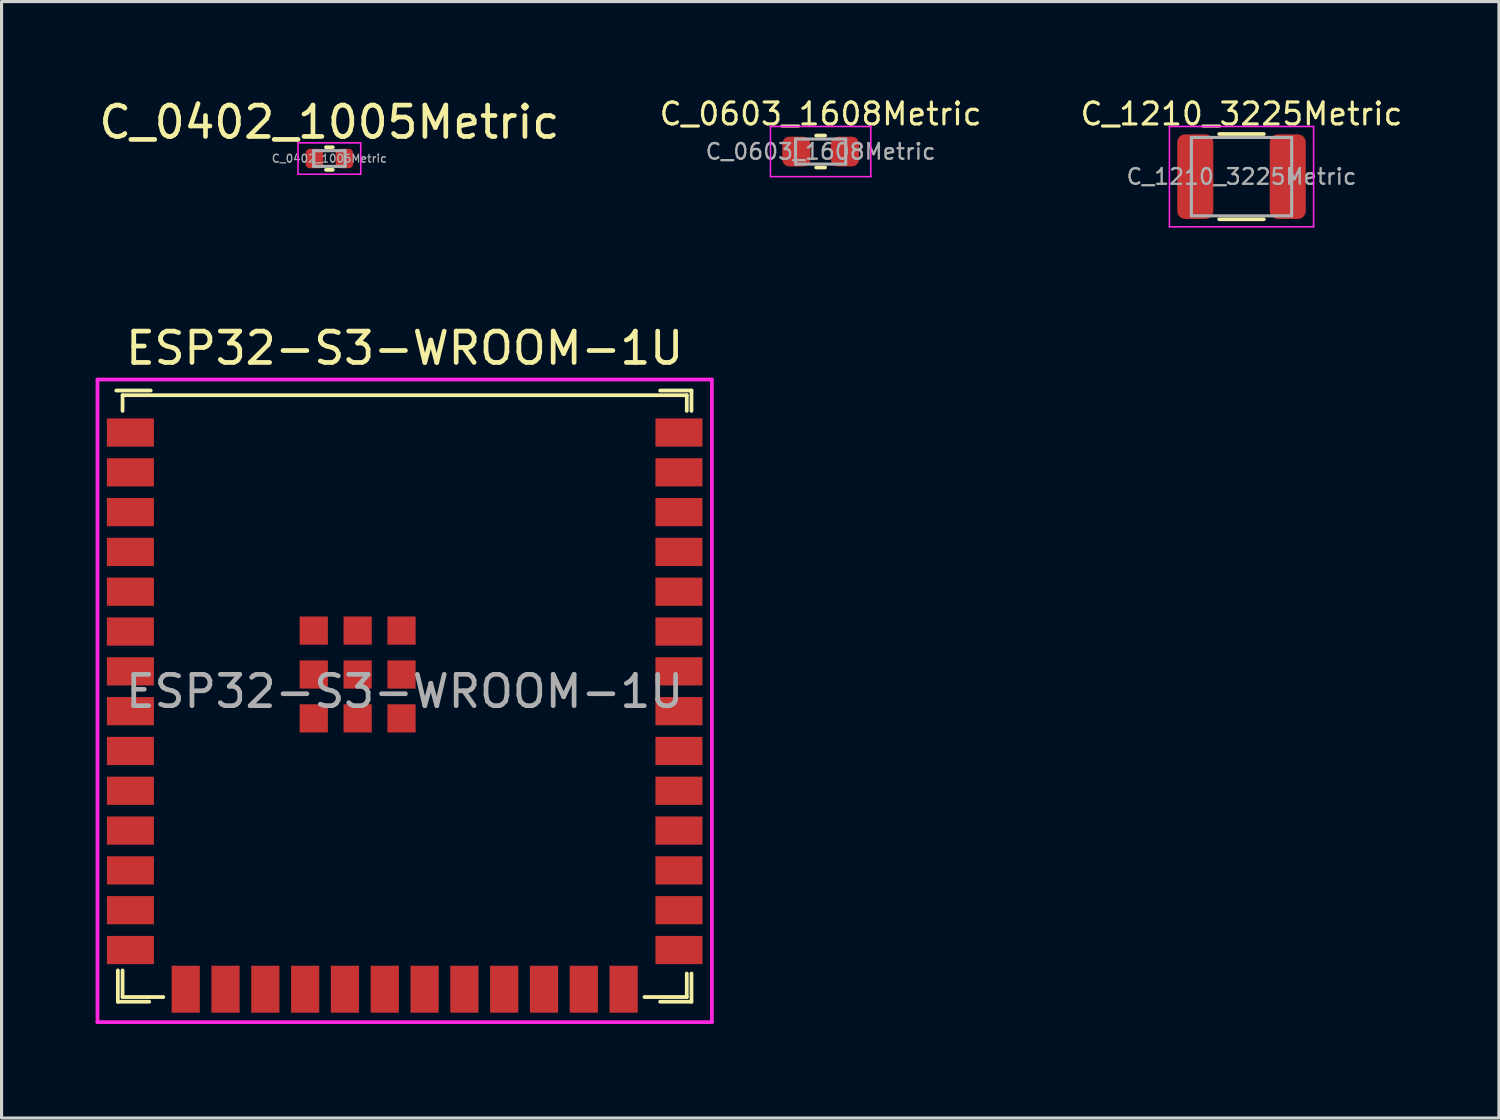
<source format=kicad_pcb>
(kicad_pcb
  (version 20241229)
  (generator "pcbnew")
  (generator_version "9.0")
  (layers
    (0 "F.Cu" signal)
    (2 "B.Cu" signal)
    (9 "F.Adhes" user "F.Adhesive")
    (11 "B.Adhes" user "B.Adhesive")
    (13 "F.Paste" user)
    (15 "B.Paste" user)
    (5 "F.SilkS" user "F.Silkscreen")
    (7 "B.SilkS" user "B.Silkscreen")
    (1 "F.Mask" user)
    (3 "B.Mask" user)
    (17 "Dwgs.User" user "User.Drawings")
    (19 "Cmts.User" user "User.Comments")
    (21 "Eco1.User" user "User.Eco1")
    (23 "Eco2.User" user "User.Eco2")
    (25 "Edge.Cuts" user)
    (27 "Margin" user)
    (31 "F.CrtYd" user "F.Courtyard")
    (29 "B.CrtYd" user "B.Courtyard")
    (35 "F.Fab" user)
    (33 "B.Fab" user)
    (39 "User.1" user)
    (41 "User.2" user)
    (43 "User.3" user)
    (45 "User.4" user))
  (footprint "C_0603_1608Metric"
    (layer "F.Cu")
    (at 23.13 1.785)
    (property "Reference" "C_0603_1608Metric" (at 0 -1.2 0) (layer "F.SilkS") (effects (font (size 0.7 0.7) (thickness 0.1))))
    (attr smd)
    (fp_line (start -0.141 -0.51) (end 0.141 -0.51) (stroke (width 0.12) (type solid)) (layer "F.SilkS"))
    (fp_line (start -0.141 0.51) (end 0.141 0.51) (stroke (width 0.12) (type solid)) (layer "F.SilkS"))
    (fp_line (start -1.6 -0.8) (end 1.6 -0.8) (stroke (width 0.05) (type solid)) (layer "F.CrtYd"))
    (fp_line (start -1.6 0.8) (end -1.6 -0.8) (stroke (width 0.05) (type solid)) (layer "F.CrtYd"))
    (fp_line (start 1.6 -0.8) (end 1.6 0.8) (stroke (width 0.05) (type solid)) (layer "F.CrtYd"))
    (fp_line (start 1.6 0.8) (end -1.6 0.8) (stroke (width 0.05) (type solid)) (layer "F.CrtYd"))
    (fp_line (start -0.8 -0.4) (end 0.8 -0.4) (stroke (width 0.1) (type solid)) (layer "F.Fab"))
    (fp_line (start -0.8 0.4) (end -0.8 -0.4) (stroke (width 0.1) (type solid)) (layer "F.Fab"))
    (fp_line (start 0.8 -0.4) (end 0.8 0.4) (stroke (width 0.1) (type solid)) (layer "F.Fab"))
    (fp_line (start 0.8 0.4) (end -0.8 0.4) (stroke (width 0.1) (type solid)) (layer "F.Fab"))
    (fp_text user "${REFERENCE}" (at 0 0 0) (layer "F.Fab") (effects (font (size 0.5 0.5) (thickness 0.075))))
    (pad "1" smd roundrect (at -0.775 0) (size 0.9 0.95) (layers "F.Cu" "F.Mask" "F.Paste") (roundrect_rratio 0.25))
    (pad "2" smd roundrect (at 0.775 0) (size 0.9 0.95) (layers "F.Cu" "F.Mask" "F.Paste") (roundrect_rratio 0.25)))
  (footprint "C_0402_1005Metric"
    (layer "F.Cu")
    (at 7.458 2.008)
    (property "Reference" "C_0402_1005Metric" (at 0 -1.16 0) (layer "F.SilkS") (effects (font (size 1 1) (thickness 0.15))))
    (attr smd)
    (fp_line (start -0.108 -0.36) (end 0.108 -0.36) (stroke (width 0.12) (type solid)) (layer "F.SilkS"))
    (fp_line (start -0.108 0.36) (end 0.108 0.36) (stroke (width 0.12) (type solid)) (layer "F.SilkS"))
    (fp_line (start -1 -0.5) (end 1 -0.5) (stroke (width 0.05) (type solid)) (layer "F.CrtYd"))
    (fp_line (start -1 0.5) (end -1 -0.5) (stroke (width 0.05) (type solid)) (layer "F.CrtYd"))
    (fp_line (start 1 -0.5) (end 1 0.5) (stroke (width 0.05) (type solid)) (layer "F.CrtYd"))
    (fp_line (start 1 0.5) (end -1 0.5) (stroke (width 0.05) (type solid)) (layer "F.CrtYd"))
    (fp_line (start -0.5 -0.25) (end 0.5 -0.25) (stroke (width 0.1) (type solid)) (layer "F.Fab"))
    (fp_line (start -0.5 0.25) (end -0.5 -0.25) (stroke (width 0.1) (type solid)) (layer "F.Fab"))
    (fp_line (start 0.5 -0.25) (end 0.5 0.25) (stroke (width 0.1) (type solid)) (layer "F.Fab"))
    (fp_line (start 0.5 0.25) (end -0.5 0.25) (stroke (width 0.1) (type solid)) (layer "F.Fab"))
    (fp_text user "${REFERENCE}" (at 0 0 0) (layer "F.Fab") (effects (font (size 0.25 0.25) (thickness 0.04))))
    (pad "1" smd roundrect (at -0.48 0) (size 0.56 0.62) (layers "F.Cu" "F.Mask" "F.Paste") (roundrect_rratio 0.25))
    (pad "2" smd roundrect (at 0.48 0) (size 0.56 0.62) (layers "F.Cu" "F.Mask" "F.Paste") (roundrect_rratio 0.25)))
  (footprint "ESP32-S3-WROOM-1U"
    (layer "F.Cu")
    (at 9.86 19.008)
    (property "Reference" "ESP32-S3-WROOM-1U" (at 0 -10.95 0) (layer "F.SilkS") (effects (font (size 1 1) (thickness 0.15))))
    (attr smd)
    (fp_line (start -9.2 -9.6) (end -8.1 -9.6) (stroke (width 0.12) (type solid)) (layer "F.SilkS"))
    (fp_line (start -9.15 9.9) (end -9.15 8.9) (stroke (width 0.12) (type solid)) (layer "F.SilkS"))
    (fp_line (start -9.15 9.9) (end -8.15 9.9) (stroke (width 0.12) (type solid)) (layer "F.SilkS"))
    (fp_line (start -9 -9.45) (end -9 -8.95) (stroke (width 0.12) (type solid)) (layer "F.SilkS"))
    (fp_line (start -9 8.9) (end -9 9.75) (stroke (width 0.12) (type solid)) (layer "F.SilkS"))
    (fp_line (start -9 9.75) (end -7.7 9.75) (stroke (width 0.12) (type solid)) (layer "F.SilkS"))
    (fp_line (start 9 -9.45) (end -9 -9.45) (stroke (width 0.12) (type solid)) (layer "F.SilkS"))
    (fp_line (start 9 -9.45) (end 9 -8.95) (stroke (width 0.12) (type solid)) (layer "F.SilkS"))
    (fp_line (start 9 9) (end 9 9.75) (stroke (width 0.12) (type solid)) (layer "F.SilkS"))
    (fp_line (start 9 9.75) (end 7.65 9.75) (stroke (width 0.12) (type solid)) (layer "F.SilkS"))
    (fp_line (start 9.15 -9.6) (end 8.15 -9.6) (stroke (width 0.12) (type solid)) (layer "F.SilkS"))
    (fp_line (start 9.15 -8.95) (end 9.15 -9.6) (stroke (width 0.12) (type solid)) (layer "F.SilkS"))
    (fp_line (start 9.15 9) (end 9.15 9.9) (stroke (width 0.12) (type solid)) (layer "F.SilkS"))
    (fp_line (start 9.15 9.9) (end 8.15 9.9) (stroke (width 0.12) (type solid)) (layer "F.SilkS"))
    (fp_line (start -9 -9.45) (end 9 -9.45) (stroke (width 0.12) (type solid)) (layer "Eco2.User"))
    (fp_line (start -9 9.75) (end -9 -9.45) (stroke (width 0.12) (type solid)) (layer "Eco2.User"))
    (fp_line (start 9 -9.45) (end 9 9.75) (stroke (width 0.12) (type solid)) (layer "Eco2.User"))
    (fp_line (start 9 9.75) (end -9 9.75) (stroke (width 0.12) (type solid)) (layer "Eco2.User"))
    (fp_line (start -9.8 -9.95) (end -9.8 10.55) (stroke (width 0.12) (type solid)) (layer "F.CrtYd"))
    (fp_line (start -9.8 10.55) (end 9.8 10.55) (stroke (width 0.12) (type solid)) (layer "F.CrtYd"))
    (fp_line (start 9.8 -9.95) (end -9.8 -9.95) (stroke (width 0.12) (type solid)) (layer "F.CrtYd"))
    (fp_line (start 9.8 -9.95) (end 9.8 10.55) (stroke (width 0.12) (type solid)) (layer "F.CrtYd"))
    (fp_text user "${REFERENCE}" (at 0 0 0) (layer "F.Fab") (effects (font (size 1 1) (thickness 0.15))))
    (pad "1" smd rect (at -8.75 -8.26) (size 1.5 0.9) (layers "F.Cu" "F.Mask" "F.Paste"))
    (pad "2" smd rect (at -8.75 -6.99) (size 1.5 0.9) (layers "F.Cu" "F.Mask" "F.Paste"))
    (pad "3" smd rect (at -8.75 -5.72) (size 1.5 0.9) (layers "F.Cu" "F.Mask" "F.Paste"))
    (pad "4" smd rect (at -8.75 -4.45) (size 1.5 0.9) (layers "F.Cu" "F.Mask" "F.Paste"))
    (pad "5" smd rect (at -8.75 -3.18) (size 1.5 0.9) (layers "F.Cu" "F.Mask" "F.Paste"))
    (pad "6" smd rect (at -8.75 -1.91) (size 1.5 0.9) (layers "F.Cu" "F.Mask" "F.Paste"))
    (pad "7" smd rect (at -8.75 -0.64) (size 1.5 0.9) (layers "F.Cu" "F.Mask" "F.Paste"))
    (pad "8" smd rect (at -8.75 0.63) (size 1.5 0.9) (layers "F.Cu" "F.Mask" "F.Paste"))
    (pad "9" smd rect (at -8.75 1.9) (size 1.5 0.9) (layers "F.Cu" "F.Mask" "F.Paste"))
    (pad "10" smd rect (at -8.75 3.17) (size 1.5 0.9) (layers "F.Cu" "F.Mask" "F.Paste"))
    (pad "11" smd rect (at -8.75 4.44) (size 1.5 0.9) (layers "F.Cu" "F.Mask" "F.Paste"))
    (pad "12" smd rect (at -8.75 5.71) (size 1.5 0.9) (layers "F.Cu" "F.Mask" "F.Paste"))
    (pad "13" smd rect (at -8.75 6.98) (size 1.5 0.9) (layers "F.Cu" "F.Mask" "F.Paste"))
    (pad "14" smd rect (at -8.75 8.25) (size 1.5 0.9) (layers "F.Cu" "F.Mask" "F.Paste"))
    (pad "15" smd rect (at -6.985 9.5 90) (size 1.5 0.9) (layers "F.Cu" "F.Mask" "F.Paste"))
    (pad "16" smd rect (at -5.715 9.5 90) (size 1.5 0.9) (layers "F.Cu" "F.Mask" "F.Paste"))
    (pad "17" smd rect (at -4.445 9.5 90) (size 1.5 0.9) (layers "F.Cu" "F.Mask" "F.Paste"))
    (pad "18" smd rect (at -3.175 9.5 90) (size 1.5 0.9) (layers "F.Cu" "F.Mask" "F.Paste"))
    (pad "19" smd rect (at -1.905 9.5 90) (size 1.5 0.9) (layers "F.Cu" "F.Mask" "F.Paste"))
    (pad "20" smd rect (at -0.635 9.5 90) (size 1.5 0.9) (layers "F.Cu" "F.Mask" "F.Paste"))
    (pad "21" smd rect (at 0.635 9.5 90) (size 1.5 0.9) (layers "F.Cu" "F.Mask" "F.Paste"))
    (pad "22" smd rect (at 1.905 9.5 90) (size 1.5 0.9) (layers "F.Cu" "F.Mask" "F.Paste"))
    (pad "23" smd rect (at 3.175 9.5 90) (size 1.5 0.9) (layers "F.Cu" "F.Mask" "F.Paste"))
    (pad "24" smd rect (at 4.445 9.5 90) (size 1.5 0.9) (layers "F.Cu" "F.Mask" "F.Paste"))
    (pad "25" smd rect (at 5.715 9.5 90) (size 1.5 0.9) (layers "F.Cu" "F.Mask" "F.Paste"))
    (pad "26" smd rect (at 6.985 9.5 90) (size 1.5 0.9) (layers "F.Cu" "F.Mask" "F.Paste"))
    (pad "27" smd rect (at 8.75 8.25 180) (size 1.5 0.9) (layers "F.Cu" "F.Mask" "F.Paste"))
    (pad "28" smd rect (at 8.75 6.98 180) (size 1.5 0.9) (layers "F.Cu" "F.Mask" "F.Paste"))
    (pad "29" smd rect (at 8.75 5.71 180) (size 1.5 0.9) (layers "F.Cu" "F.Mask" "F.Paste"))
    (pad "30" smd rect (at 8.75 4.44 180) (size 1.5 0.9) (layers "F.Cu" "F.Mask" "F.Paste"))
    (pad "31" smd rect (at 8.75 3.17 180) (size 1.5 0.9) (layers "F.Cu" "F.Mask" "F.Paste"))
    (pad "32" smd rect (at 8.75 1.9 180) (size 1.5 0.9) (layers "F.Cu" "F.Mask" "F.Paste"))
    (pad "33" smd rect (at 8.75 0.63 180) (size 1.5 0.9) (layers "F.Cu" "F.Mask" "F.Paste"))
    (pad "34" smd rect (at 8.75 -0.64 180) (size 1.5 0.9) (layers "F.Cu" "F.Mask" "F.Paste"))
    (pad "35" smd rect (at 8.75 -1.91 180) (size 1.5 0.9) (layers "F.Cu" "F.Mask" "F.Paste"))
    (pad "36" smd rect (at 8.75 -3.18 180) (size 1.5 0.9) (layers "F.Cu" "F.Mask" "F.Paste"))
    (pad "37" smd rect (at 8.75 -4.45 180) (size 1.5 0.9) (layers "F.Cu" "F.Mask" "F.Paste"))
    (pad "38" smd rect (at 8.75 -5.72 180) (size 1.5 0.9) (layers "F.Cu" "F.Mask" "F.Paste"))
    (pad "39" smd rect (at 8.75 -6.99 180) (size 1.5 0.9) (layers "F.Cu" "F.Mask" "F.Paste"))
    (pad "40" smd rect (at 8.75 -8.26 180) (size 1.5 0.9) (layers "F.Cu" "F.Mask" "F.Paste"))
    (pad "41" smd rect (at -2.9 -1.94 180) (size 0.9 0.9) (layers "F.Cu" "F.Mask" "F.Paste"))
    (pad "41" smd rect (at -2.9 -0.54 180) (size 0.9 0.9) (layers "F.Cu" "F.Mask" "F.Paste"))
    (pad "41" smd rect (at -2.9 0.86 180) (size 0.9 0.9) (layers "F.Cu" "F.Mask" "F.Paste"))
    (pad "41" smd rect (at -1.5 -1.94 180) (size 0.9 0.9) (layers "F.Cu" "F.Mask" "F.Paste"))
    (pad "41" smd rect (at -1.5 -0.54 180) (size 0.9 0.9) (layers "F.Cu" "F.Mask" "F.Paste"))
    (pad "41" smd rect (at -1.5 0.86 180) (size 0.9 0.9) (layers "F.Cu" "F.Mask" "F.Paste"))
    (pad "41" smd rect (at -0.1 -1.94 180) (size 0.9 0.9) (layers "F.Cu" "F.Mask" "F.Paste"))
    (pad "41" smd rect (at -0.1 -0.54 180) (size 0.9 0.9) (layers "F.Cu" "F.Mask" "F.Paste"))
    (pad "41" smd rect (at -0.1 0.86 180) (size 0.9 0.9) (layers "F.Cu" "F.Mask" "F.Paste")))
  (footprint "C_1210_3225Metric"
    (layer "F.Cu")
    (at 36.557 2.585)
    (property "Reference" "C_1210_3225Metric" (at 0 -2 0) (layer "F.SilkS") (effects (font (size 0.7 0.7) (thickness 0.1))))
    (attr smd)
    (fp_line (start -0.711 -1.36) (end 0.711 -1.36) (stroke (width 0.12) (type solid)) (layer "F.SilkS"))
    (fp_line (start -0.711 1.36) (end 0.711 1.36) (stroke (width 0.12) (type solid)) (layer "F.SilkS"))
    (fp_line (start -2.3 -1.6) (end 2.3 -1.6) (stroke (width 0.05) (type solid)) (layer "F.CrtYd"))
    (fp_line (start -2.3 1.6) (end -2.3 -1.6) (stroke (width 0.05) (type solid)) (layer "F.CrtYd"))
    (fp_line (start 2.3 -1.6) (end 2.3 1.6) (stroke (width 0.05) (type solid)) (layer "F.CrtYd"))
    (fp_line (start 2.3 1.6) (end -2.3 1.6) (stroke (width 0.05) (type solid)) (layer "F.CrtYd"))
    (fp_line (start -1.6 -1.25) (end 1.6 -1.25) (stroke (width 0.1) (type solid)) (layer "F.Fab"))
    (fp_line (start -1.6 1.25) (end -1.6 -1.25) (stroke (width 0.1) (type solid)) (layer "F.Fab"))
    (fp_line (start 1.6 -1.25) (end 1.6 1.25) (stroke (width 0.1) (type solid)) (layer "F.Fab"))
    (fp_line (start 1.6 1.25) (end -1.6 1.25) (stroke (width 0.1) (type solid)) (layer "F.Fab"))
    (fp_text user "${REFERENCE}" (at 0 0 0) (layer "F.Fab") (effects (font (size 0.5 0.5) (thickness 0.075))))
    (pad "1" smd roundrect (at -1.475 0) (size 1.15 2.7) (layers "F.Cu" "F.Mask" "F.Paste") (roundrect_rratio 0.217))
    (pad "2" smd roundrect (at 1.475 0) (size 1.15 2.7) (layers "F.Cu" "F.Mask" "F.Paste") (roundrect_rratio 0.217)))
  (gr_rect
    (start -3 -3)
    (end 44.77 32.618)
    (stroke (width 0.1) (type default))
    (fill no)
    (layer "Edge.Cuts")))
</source>
